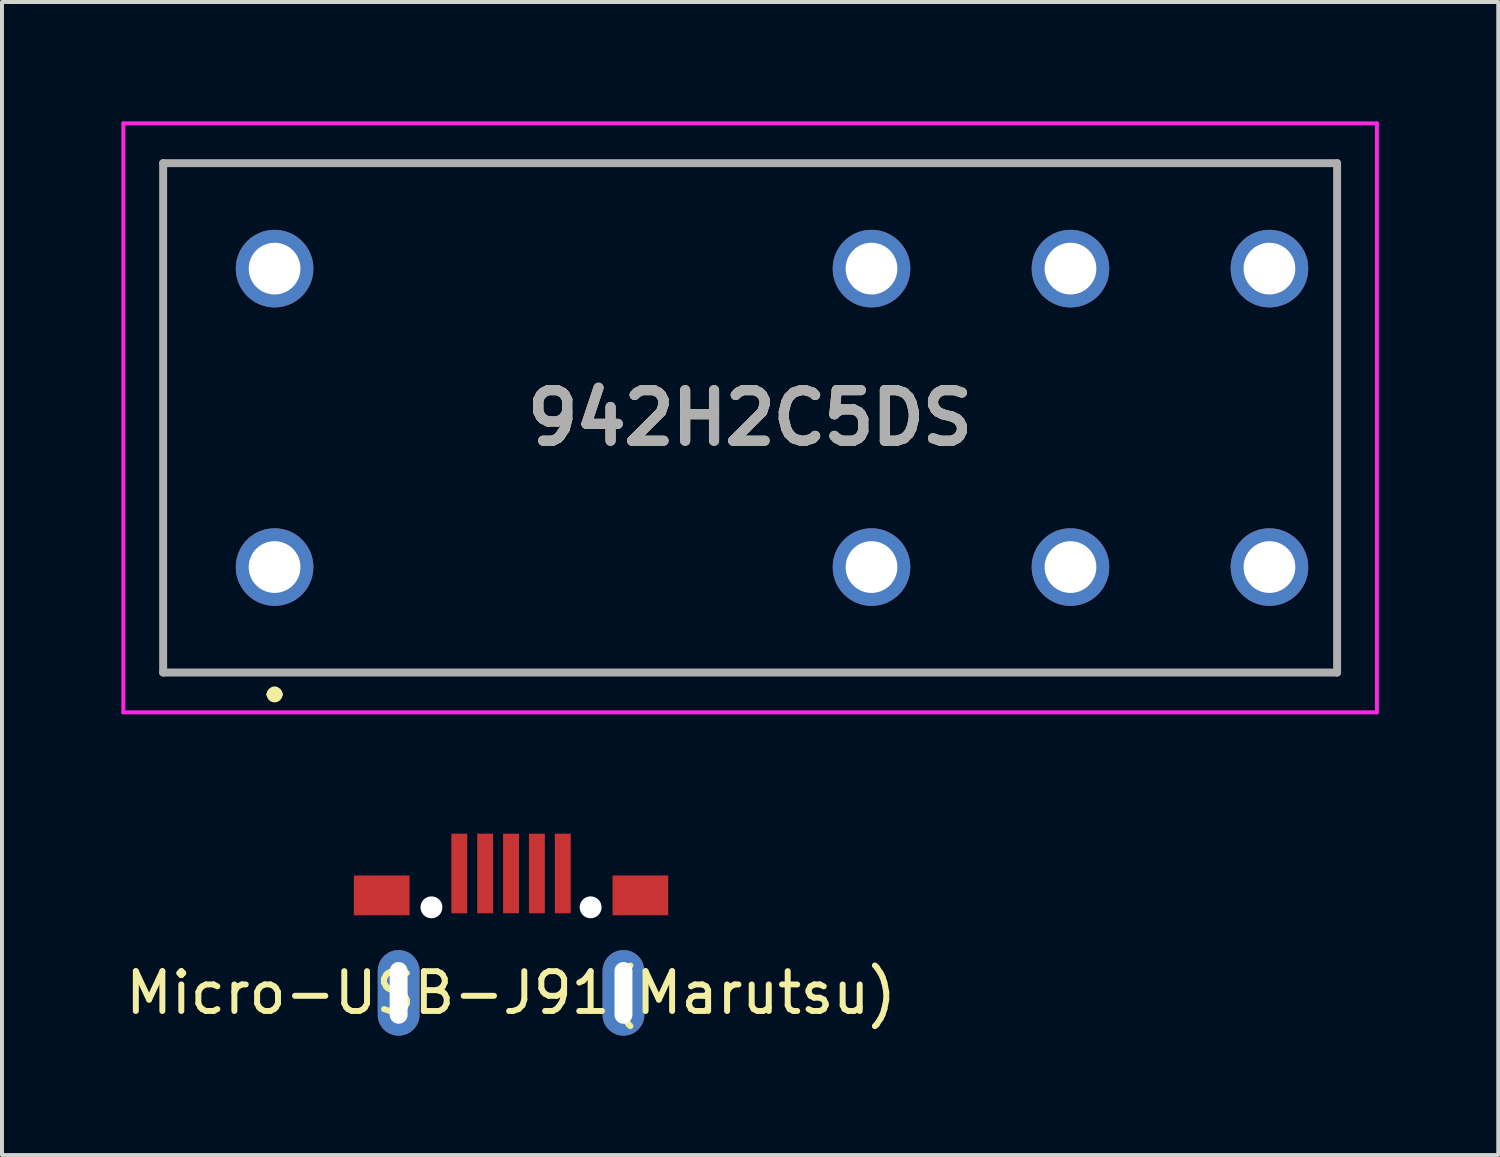
<source format=kicad_pcb>
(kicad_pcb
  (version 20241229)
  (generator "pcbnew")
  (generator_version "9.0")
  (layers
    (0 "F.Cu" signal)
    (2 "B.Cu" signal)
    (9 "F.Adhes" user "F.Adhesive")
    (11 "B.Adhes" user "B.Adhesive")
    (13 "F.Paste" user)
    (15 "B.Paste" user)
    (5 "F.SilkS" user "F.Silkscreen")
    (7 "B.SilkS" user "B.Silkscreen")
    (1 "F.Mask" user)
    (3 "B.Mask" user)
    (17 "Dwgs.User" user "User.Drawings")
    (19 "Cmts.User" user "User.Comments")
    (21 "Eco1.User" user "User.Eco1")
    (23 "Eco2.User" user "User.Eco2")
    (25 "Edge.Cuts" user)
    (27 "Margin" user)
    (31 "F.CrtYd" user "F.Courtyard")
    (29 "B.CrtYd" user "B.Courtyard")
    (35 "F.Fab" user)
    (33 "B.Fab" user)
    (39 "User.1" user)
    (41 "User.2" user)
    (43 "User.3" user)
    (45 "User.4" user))
  (footprint "Micro-USB-J91(Marutsu)"
    (layer "F.Cu")
    (at 9.792 21.9)
    (property "Reference" "Micro-USB-J91(Marutsu)" (at 0 0 0) (layer "F.SilkS") (effects (font (size 1 1) (thickness 0.15))))
    (attr through_hole)
    (pad "" thru_hole oval (at -2.825 0) (size 1.05 2.15) (drill oval 0.45 1.55) (layers "*.Cu" "*.Mask"))
    (pad "" np_thru_hole circle (at -2 -2.15) (size 0.55 0.55) (drill 0.55) (layers "*.Cu" "*.Mask"))
    (pad "" np_thru_hole circle (at 2 -2.15) (size 0.55 0.55) (drill 0.55) (layers "*.Cu" "*.Mask"))
    (pad "" thru_hole oval (at 2.825 0) (size 1.05 2.15) (drill oval 0.45 1.55) (layers "*.Cu" "*.Mask"))
    (pad "1" smd rect (at -1.3 -3) (size 0.4 2) (layers "F.Cu" "F.Mask" "F.Paste"))
    (pad "2" smd rect (at -0.65 -3) (size 0.4 2) (layers "F.Cu" "F.Mask" "F.Paste"))
    (pad "3" smd rect (at 0 -3) (size 0.4 2) (layers "F.Cu" "F.Mask" "F.Paste"))
    (pad "4" smd rect (at 0.65 -3) (size 0.4 2) (layers "F.Cu" "F.Mask" "F.Paste"))
    (pad "5" smd rect (at 1.3 -3) (size 0.4 2) (layers "F.Cu" "F.Mask" "F.Paste"))
    (pad "6" smd rect (at -3.25 -2.45) (size 1.4 1) (layers "F.Cu" "F.Mask" "F.Paste"))
    (pad "6" smd rect (at 3.25 -2.45) (size 1.4 1) (layers "F.Cu" "F.Mask" "F.Paste")))
  (footprint "942H2C5DS"
    (layer "F.Cu")
    (at 3.85 11.2)
    (property "Reference" "942H2C5DS" (at 11.95 -3.75 0) (layer "F.SilkS") (effects (font (size 1.27 1.27) (thickness 0.254))))
    (attr through_hole)
    (fp_line (start -2.8 -10.15) (end 26.7 -10.15) (stroke (width 0.1) (type solid)) (layer "F.SilkS"))
    (fp_line (start -2.8 2.65) (end -2.8 -10.15) (stroke (width 0.1) (type solid)) (layer "F.SilkS"))
    (fp_line (start -0.1 3.2) (end -0.1 3.2) (stroke (width 0.2) (type solid)) (layer "F.SilkS"))
    (fp_line (start 0.1 3.2) (end 0.1 3.2) (stroke (width 0.2) (type solid)) (layer "F.SilkS"))
    (fp_line (start 26.7 -10.15) (end 26.7 2.65) (stroke (width 0.1) (type solid)) (layer "F.SilkS"))
    (fp_line (start 26.7 2.65) (end -2.8 2.65) (stroke (width 0.1) (type solid)) (layer "F.SilkS"))
    (fp_arc (start -0.1 3.2) (mid 0 3.1) (end 0.1 3.2) (stroke (width 0.2) (type solid)) (layer "F.SilkS"))
    (fp_arc (start 0.1 3.2) (mid 0 3.3) (end -0.1 3.2) (stroke (width 0.2) (type solid)) (layer "F.SilkS"))
    (fp_line (start -3.8 -11.15) (end 27.7 -11.15) (stroke (width 0.1) (type solid)) (layer "F.CrtYd"))
    (fp_line (start -3.8 3.65) (end -3.8 -11.15) (stroke (width 0.1) (type solid)) (layer "F.CrtYd"))
    (fp_line (start 27.7 -11.15) (end 27.7 3.65) (stroke (width 0.1) (type solid)) (layer "F.CrtYd"))
    (fp_line (start 27.7 3.65) (end -3.8 3.65) (stroke (width 0.1) (type solid)) (layer "F.CrtYd"))
    (fp_line (start -2.8 -10.15) (end 26.7 -10.15) (stroke (width 0.2) (type solid)) (layer "F.Fab"))
    (fp_line (start -2.8 2.65) (end -2.8 -10.15) (stroke (width 0.2) (type solid)) (layer "F.Fab"))
    (fp_line (start 26.7 -10.15) (end 26.7 2.65) (stroke (width 0.2) (type solid)) (layer "F.Fab"))
    (fp_line (start 26.7 2.65) (end -2.8 2.65) (stroke (width 0.2) (type solid)) (layer "F.Fab"))
    (fp_text user "${REFERENCE}" (at 11.95 -3.75 0) (layer "F.Fab") (effects (font (size 1.27 1.27) (thickness 0.254))))
    (pad "1" thru_hole circle (at 0 0) (size 1.95 1.95) (drill 1.3) (layers "*.Cu" "*.Mask"))
    (pad "2" thru_hole circle (at 15 0) (size 1.95 1.95) (drill 1.3) (layers "*.Cu" "*.Mask"))
    (pad "3" thru_hole circle (at 20 0) (size 1.95 1.95) (drill 1.3) (layers "*.Cu" "*.Mask"))
    (pad "4" thru_hole circle (at 25 0) (size 1.95 1.95) (drill 1.3) (layers "*.Cu" "*.Mask"))
    (pad "5" thru_hole circle (at 25 -7.5) (size 1.95 1.95) (drill 1.3) (layers "*.Cu" "*.Mask"))
    (pad "6" thru_hole circle (at 20 -7.5) (size 1.95 1.95) (drill 1.3) (layers "*.Cu" "*.Mask"))
    (pad "7" thru_hole circle (at 15 -7.5) (size 1.95 1.95) (drill 1.3) (layers "*.Cu" "*.Mask"))
    (pad "8" thru_hole circle (at 0 -7.5) (size 1.95 1.95) (drill 1.3) (layers "*.Cu" "*.Mask")))
  (gr_rect
    (start -3 -3)
    (end 34.6 25.975)
    (stroke (width 0.1) (type default))
    (fill no)
    (layer "Edge.Cuts")))
</source>
